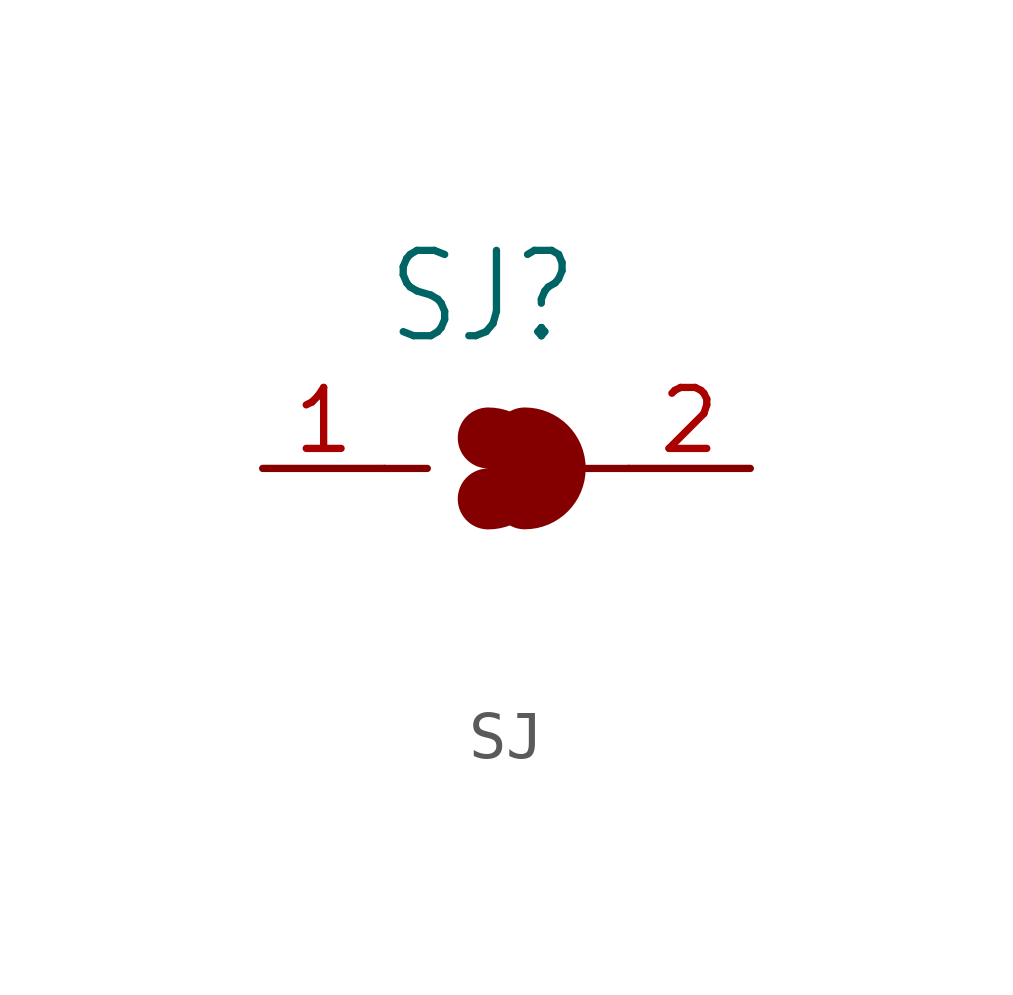
<source format=kicad_sym>
(kicad_symbol_lib
  (version 20231120)
  (generator "kicad_symbol_editor")
  (generator_version "8.0")
  (symbol "SJ"
    (property "Reference" "SJ"
      (at -2.54 2.54 0)
      (effects (font (size 1.778 1.511)) (justify left bottom)))
    (property "Value" ""
      (at -2.54 -3.81 0)
      (effects (font (size 1.778 1.511)) (justify left bottom)))
    (property "ki_locked" ""
      (at 0 0 0)
      (effects (font (size 1.27 1.27))))
    (symbol "SJ_1_0"
      (arc (start -0.381 -0.635) (mid 0.2541 -0.0001) (end -0.3808 0.635) (stroke (width 1.27) (type solid)) (fill (type none)))
      (polyline (pts (xy -2.54 0) (xy -1.651 0)) (stroke (width 0.152) (type solid)) (fill (type none)))
      (polyline (pts (xy 2.54 0) (xy 1.651 0)) (stroke (width 0.152) (type solid)) (fill (type none)))
      (arc (start 0.3808 -0.635) (mid 1.0131 -0.0001) (end 0.381 0.635) (stroke (width 1.27) (type solid)) (fill (type none)))
      (pin passive line (at -5.08 0 0) (length 2.54) (name "1" (effects (font (size 0 0)))) (number "1" (effects (font (size 1.27 1.27)))))
      (pin passive line (at 5.08 0 180) (length 2.54) (name "2" (effects (font (size 0 0)))) (number "2" (effects (font (size 1.27 1.27))))))))
</source>
